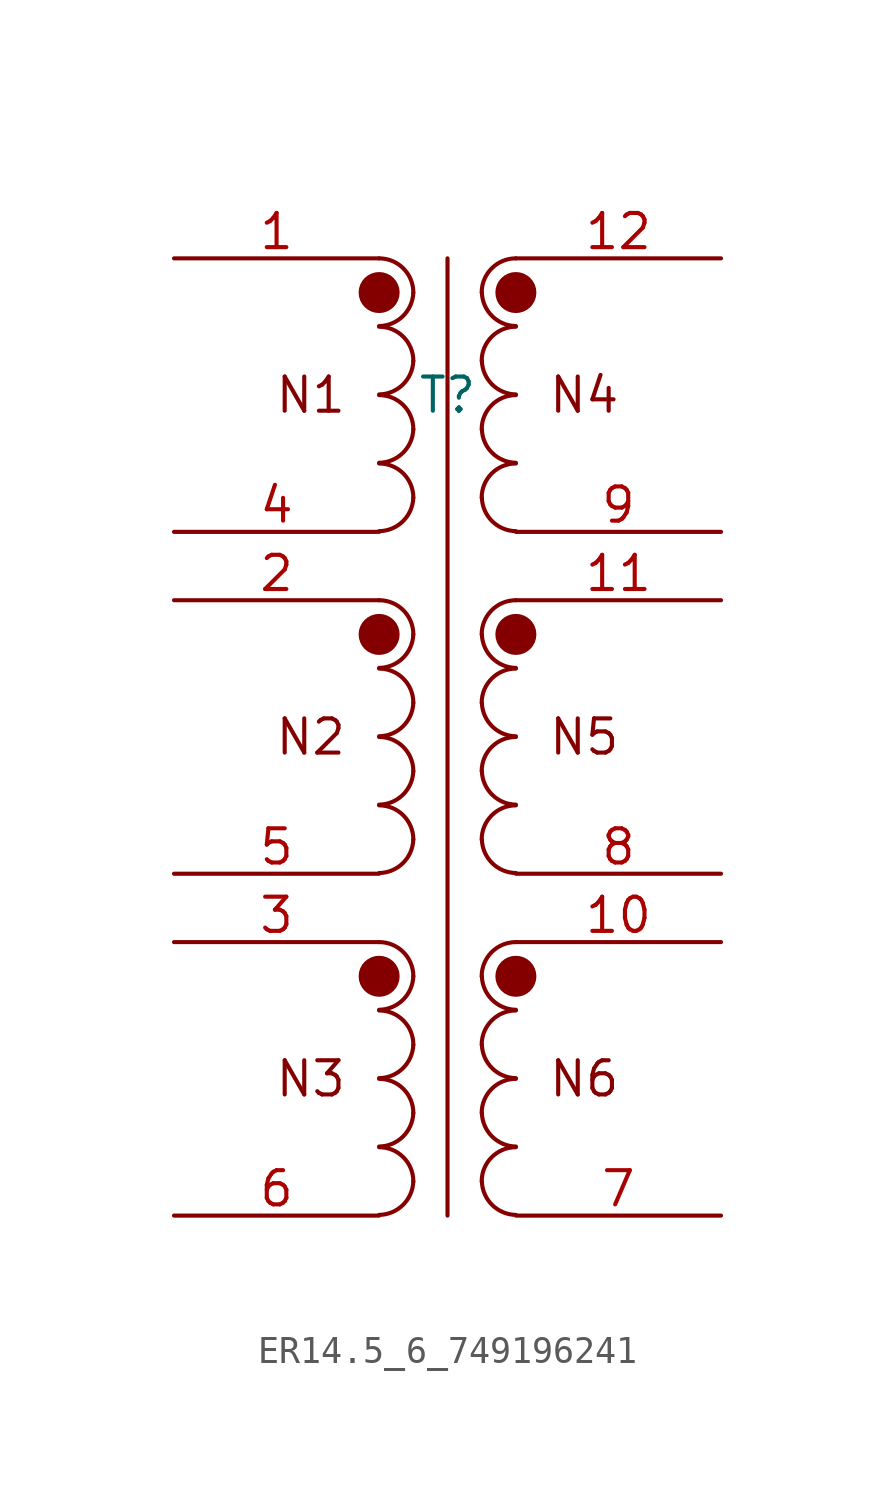
<source format=kicad_sym>
(kicad_symbol_lib
  (version 20220914)
  (generator kicad_symbol_editor)
  (symbol "ER14.5_6_749196241"
    (pin_names hide)
    (property "Reference" "T"
      (at 0 12.7 0)
      (effects (font (size 1.27 1.27))))
    (property "Critical Parameter" ""
      (at 0 -5.08 0)
      (effects (font (size 1.27 1.27)) (justify left)))
    (symbol "ER14.5_6_749196241_0_1"
      (arc (start -2.54 -17.7546) (mid -1.6561 -17.3863) (end -1.27 -16.51) (stroke (width 0) (type default)) (fill (type none)))
      (arc (start -2.54 -15.2146) (mid -1.6561 -14.8463) (end -1.27 -13.97) (stroke (width 0) (type default)) (fill (type none)))
      (arc (start -2.54 -12.6746) (mid -1.6561 -12.3063) (end -1.27 -11.43) (stroke (width 0) (type default)) (fill (type none)))
      (arc (start -2.54 -10.1346) (mid -1.6561 -9.7663) (end -1.27 -8.89) (stroke (width 0) (type default)) (fill (type none)))
      (arc (start -2.54 -5.0546) (mid -1.6561 -4.6863) (end -1.27 -3.81) (stroke (width 0) (type default)) (fill (type none)))
      (arc (start -2.54 -2.5146) (mid -1.6561 -2.1463) (end -1.27 -1.27) (stroke (width 0) (type default)) (fill (type none)))
      (arc (start -2.54 0.0254) (mid -1.6561 0.3937) (end -1.27 1.27) (stroke (width 0) (type default)) (fill (type none)))
      (arc (start -2.54 2.5654) (mid -1.6561 2.9337) (end -1.27 3.81) (stroke (width 0) (type default)) (fill (type none)))
      (arc (start -2.54 7.6454) (mid -1.6561 8.0137) (end -1.27 8.89) (stroke (width 0) (type default)) (fill (type none)))
      (arc (start -2.54 10.1854) (mid -1.6561 10.5537) (end -1.27 11.43) (stroke (width 0) (type default)) (fill (type none)))
      (arc (start -2.54 12.7254) (mid -1.6561 13.0937) (end -1.27 13.97) (stroke (width 0) (type default)) (fill (type none)))
      (arc (start -2.54 15.2654) (mid -1.6561 15.6337) (end -1.27 16.51) (stroke (width 0) (type default)) (fill (type none)))
      (arc (start -1.27 -16.51) (mid -1.642 -15.612) (end -2.54 -15.24) (stroke (width 0) (type default)) (fill (type none)))
      (arc (start -1.27 -13.97) (mid -1.642 -13.072) (end -2.54 -12.7) (stroke (width 0) (type default)) (fill (type none)))
      (arc (start -1.27 -11.43) (mid -1.642 -10.532) (end -2.54 -10.16) (stroke (width 0) (type default)) (fill (type none)))
      (arc (start -1.27 -8.89) (mid -1.642 -7.992) (end -2.54 -7.62) (stroke (width 0) (type default)) (fill (type none)))
      (arc (start -1.27 -3.81) (mid -1.642 -2.912) (end -2.54 -2.54) (stroke (width 0) (type default)) (fill (type none)))
      (arc (start -1.27 -1.27) (mid -1.642 -0.372) (end -2.54 0) (stroke (width 0) (type default)) (fill (type none)))
      (arc (start -1.27 1.27) (mid -1.642 2.168) (end -2.54 2.54) (stroke (width 0) (type default)) (fill (type none)))
      (arc (start -1.27 3.81) (mid -1.642 4.708) (end -2.54 5.08) (stroke (width 0) (type default)) (fill (type none)))
      (arc (start -1.27 8.89) (mid -1.642 9.788) (end -2.54 10.16) (stroke (width 0) (type default)) (fill (type none)))
      (arc (start -1.27 11.43) (mid -1.642 12.328) (end -2.54 12.7) (stroke (width 0) (type default)) (fill (type none)))
      (arc (start -1.27 13.97) (mid -1.642 14.868) (end -2.54 15.24) (stroke (width 0) (type default)) (fill (type none)))
      (arc (start -1.27 16.51) (mid -1.642 17.408) (end -2.54 17.78) (stroke (width 0) (type default)) (fill (type none)))
      (polyline (pts (xy 0 -17.78) (xy 0 17.78)) (stroke (width 0) (type default)) (fill (type none)))
      (arc (start 1.27 -16.51) (mid 1.6561 -17.3863) (end 2.54 -17.7546) (stroke (width 0) (type default)) (fill (type none)))
      (arc (start 1.27 -13.97) (mid 1.6561 -14.8463) (end 2.54 -15.2146) (stroke (width 0) (type default)) (fill (type none)))
      (arc (start 1.27 -11.43) (mid 1.6561 -12.3063) (end 2.54 -12.6746) (stroke (width 0) (type default)) (fill (type none)))
      (arc (start 1.27 -8.89) (mid 1.6561 -9.7663) (end 2.54 -10.1346) (stroke (width 0) (type default)) (fill (type none)))
      (arc (start 1.27 -3.81) (mid 1.6561 -4.6863) (end 2.54 -5.0546) (stroke (width 0) (type default)) (fill (type none)))
      (arc (start 1.27 -1.27) (mid 1.6561 -2.1463) (end 2.54 -2.5146) (stroke (width 0) (type default)) (fill (type none)))
      (arc (start 1.27 1.27) (mid 1.6561 0.3937) (end 2.54 0.0254) (stroke (width 0) (type default)) (fill (type none)))
      (arc (start 1.27 3.81) (mid 1.6561 2.9337) (end 2.54 2.5654) (stroke (width 0) (type default)) (fill (type none)))
      (arc (start 1.27 8.89) (mid 1.6561 8.0137) (end 2.54 7.6454) (stroke (width 0) (type default)) (fill (type none)))
      (arc (start 1.27 11.43) (mid 1.6561 10.5537) (end 2.54 10.1854) (stroke (width 0) (type default)) (fill (type none)))
      (arc (start 1.27 13.97) (mid 1.6561 13.0937) (end 2.54 12.7254) (stroke (width 0) (type default)) (fill (type none)))
      (arc (start 1.27 16.51) (mid 1.6561 15.6337) (end 2.54 15.2654) (stroke (width 0) (type default)) (fill (type none)))
      (arc (start 2.54 -15.24) (mid 1.642 -15.612) (end 1.27 -16.51) (stroke (width 0) (type default)) (fill (type none)))
      (arc (start 2.54 -12.7) (mid 1.642 -13.072) (end 1.27 -13.97) (stroke (width 0) (type default)) (fill (type none)))
      (arc (start 2.54 -10.16) (mid 1.642 -10.532) (end 1.27 -11.43) (stroke (width 0) (type default)) (fill (type none)))
      (arc (start 2.54 -7.62) (mid 1.642 -7.992) (end 1.27 -8.89) (stroke (width 0) (type default)) (fill (type none)))
      (arc (start 2.54 -2.54) (mid 1.642 -2.912) (end 1.27 -3.81) (stroke (width 0) (type default)) (fill (type none)))
      (arc (start 2.54 0) (mid 1.642 -0.372) (end 1.27 -1.27) (stroke (width 0) (type default)) (fill (type none)))
      (arc (start 2.54 2.54) (mid 1.642 2.168) (end 1.27 1.27) (stroke (width 0) (type default)) (fill (type none)))
      (arc (start 2.54 5.08) (mid 1.642 4.708) (end 1.27 3.81) (stroke (width 0) (type default)) (fill (type none)))
      (arc (start 2.54 10.16) (mid 1.642 9.788) (end 1.27 8.89) (stroke (width 0) (type default)) (fill (type none)))
      (arc (start 2.54 12.7) (mid 1.642 12.328) (end 1.27 11.43) (stroke (width 0) (type default)) (fill (type none)))
      (arc (start 2.54 15.24) (mid 1.642 14.868) (end 1.27 13.97) (stroke (width 0) (type default)) (fill (type none)))
      (arc (start 2.54 17.78) (mid 1.642 17.408) (end 1.27 16.51) (stroke (width 0) (type default)) (fill (type none))))
    (symbol "ER14.5_6_749196241_1_1"
      (circle (center -2.54 -8.89) (radius 0.0001) (stroke (width 0.762) (type default)) (fill (type none)))
      (circle (center -2.54 3.81) (radius 0.0001) (stroke (width 0.762) (type default)) (fill (type none)))
      (circle (center -2.54 16.51) (radius 0.0001) (stroke (width 0.762) (type default)) (fill (type none)))
      (circle (center 2.54 -8.89) (radius 0.0001) (stroke (width 0.762) (type default)) (fill (type none)))
      (circle (center 2.54 3.81) (radius 0.0001) (stroke (width 0.762) (type default)) (fill (type none)))
      (circle (center 2.54 16.51) (radius 0.0001) (stroke (width 0.762) (type default)) (fill (type none)))
      (text "N1" (at -5.08 12.7 0) (effects (font (size 1.27 1.27))))
      (text "N2" (at -5.08 0 0) (effects (font (size 1.27 1.27))))
      (text "N3" (at -5.08 -12.7 0) (effects (font (size 1.27 1.27))))
      (text "N4" (at 5.08 12.7 0) (effects (font (size 1.27 1.27))))
      (text "N5" (at 5.08 0 0) (effects (font (size 1.27 1.27))))
      (text "N6" (at 5.08 -12.7 0) (effects (font (size 1.27 1.27))))
      (pin passive line (at -10.16 17.78 0) (length 7.62) (name "1" (effects (font (size 1.27 1.27)))) (number "1" (effects (font (size 1.27 1.27)))))
      (pin passive line (at -10.16 7.62 0) (length 7.62) (name "4" (effects (font (size 1.27 1.27)))) (number "4" (effects (font (size 1.27 1.27)))))
      (pin passive line (at -10.16 5.08 0) (length 7.62) (name "2" (effects (font (size 1.27 1.27)))) (number "2" (effects (font (size 1.27 1.27)))))
      (pin passive line (at -10.16 -5.08 0) (length 7.62) (name "5" (effects (font (size 1.27 1.27)))) (number "5" (effects (font (size 1.27 1.27)))))
      (pin passive line (at -10.16 -7.62 0) (length 7.62) (name "3" (effects (font (size 1.27 1.27)))) (number "3" (effects (font (size 1.27 1.27)))))
      (pin passive line (at -10.16 -17.78 0) (length 7.62) (name "6" (effects (font (size 1.27 1.27)))) (number "6" (effects (font (size 1.27 1.27)))))
      (pin passive line (at 10.16 -17.78 180) (length 7.62) (name "7" (effects (font (size 1.27 1.27)))) (number "7" (effects (font (size 1.27 1.27)))))
      (pin passive line (at 10.16 -7.62 180) (length 7.62) (name "10" (effects (font (size 1.27 1.27)))) (number "10" (effects (font (size 1.27 1.27)))))
      (pin passive line (at 10.16 -5.08 180) (length 7.62) (name "8" (effects (font (size 1.27 1.27)))) (number "8" (effects (font (size 1.27 1.27)))))
      (pin passive line (at 10.16 5.08 180) (length 7.62) (name "11" (effects (font (size 1.27 1.27)))) (number "11" (effects (font (size 1.27 1.27)))))
      (pin passive line (at 10.16 7.62 180) (length 7.62) (name "9" (effects (font (size 1.27 1.27)))) (number "9" (effects (font (size 1.27 1.27)))))
      (pin passive line (at 10.16 17.78 180) (length 7.62) (name "12" (effects (font (size 1.27 1.27)))) (number "12" (effects (font (size 1.27 1.27))))))))
</source>
